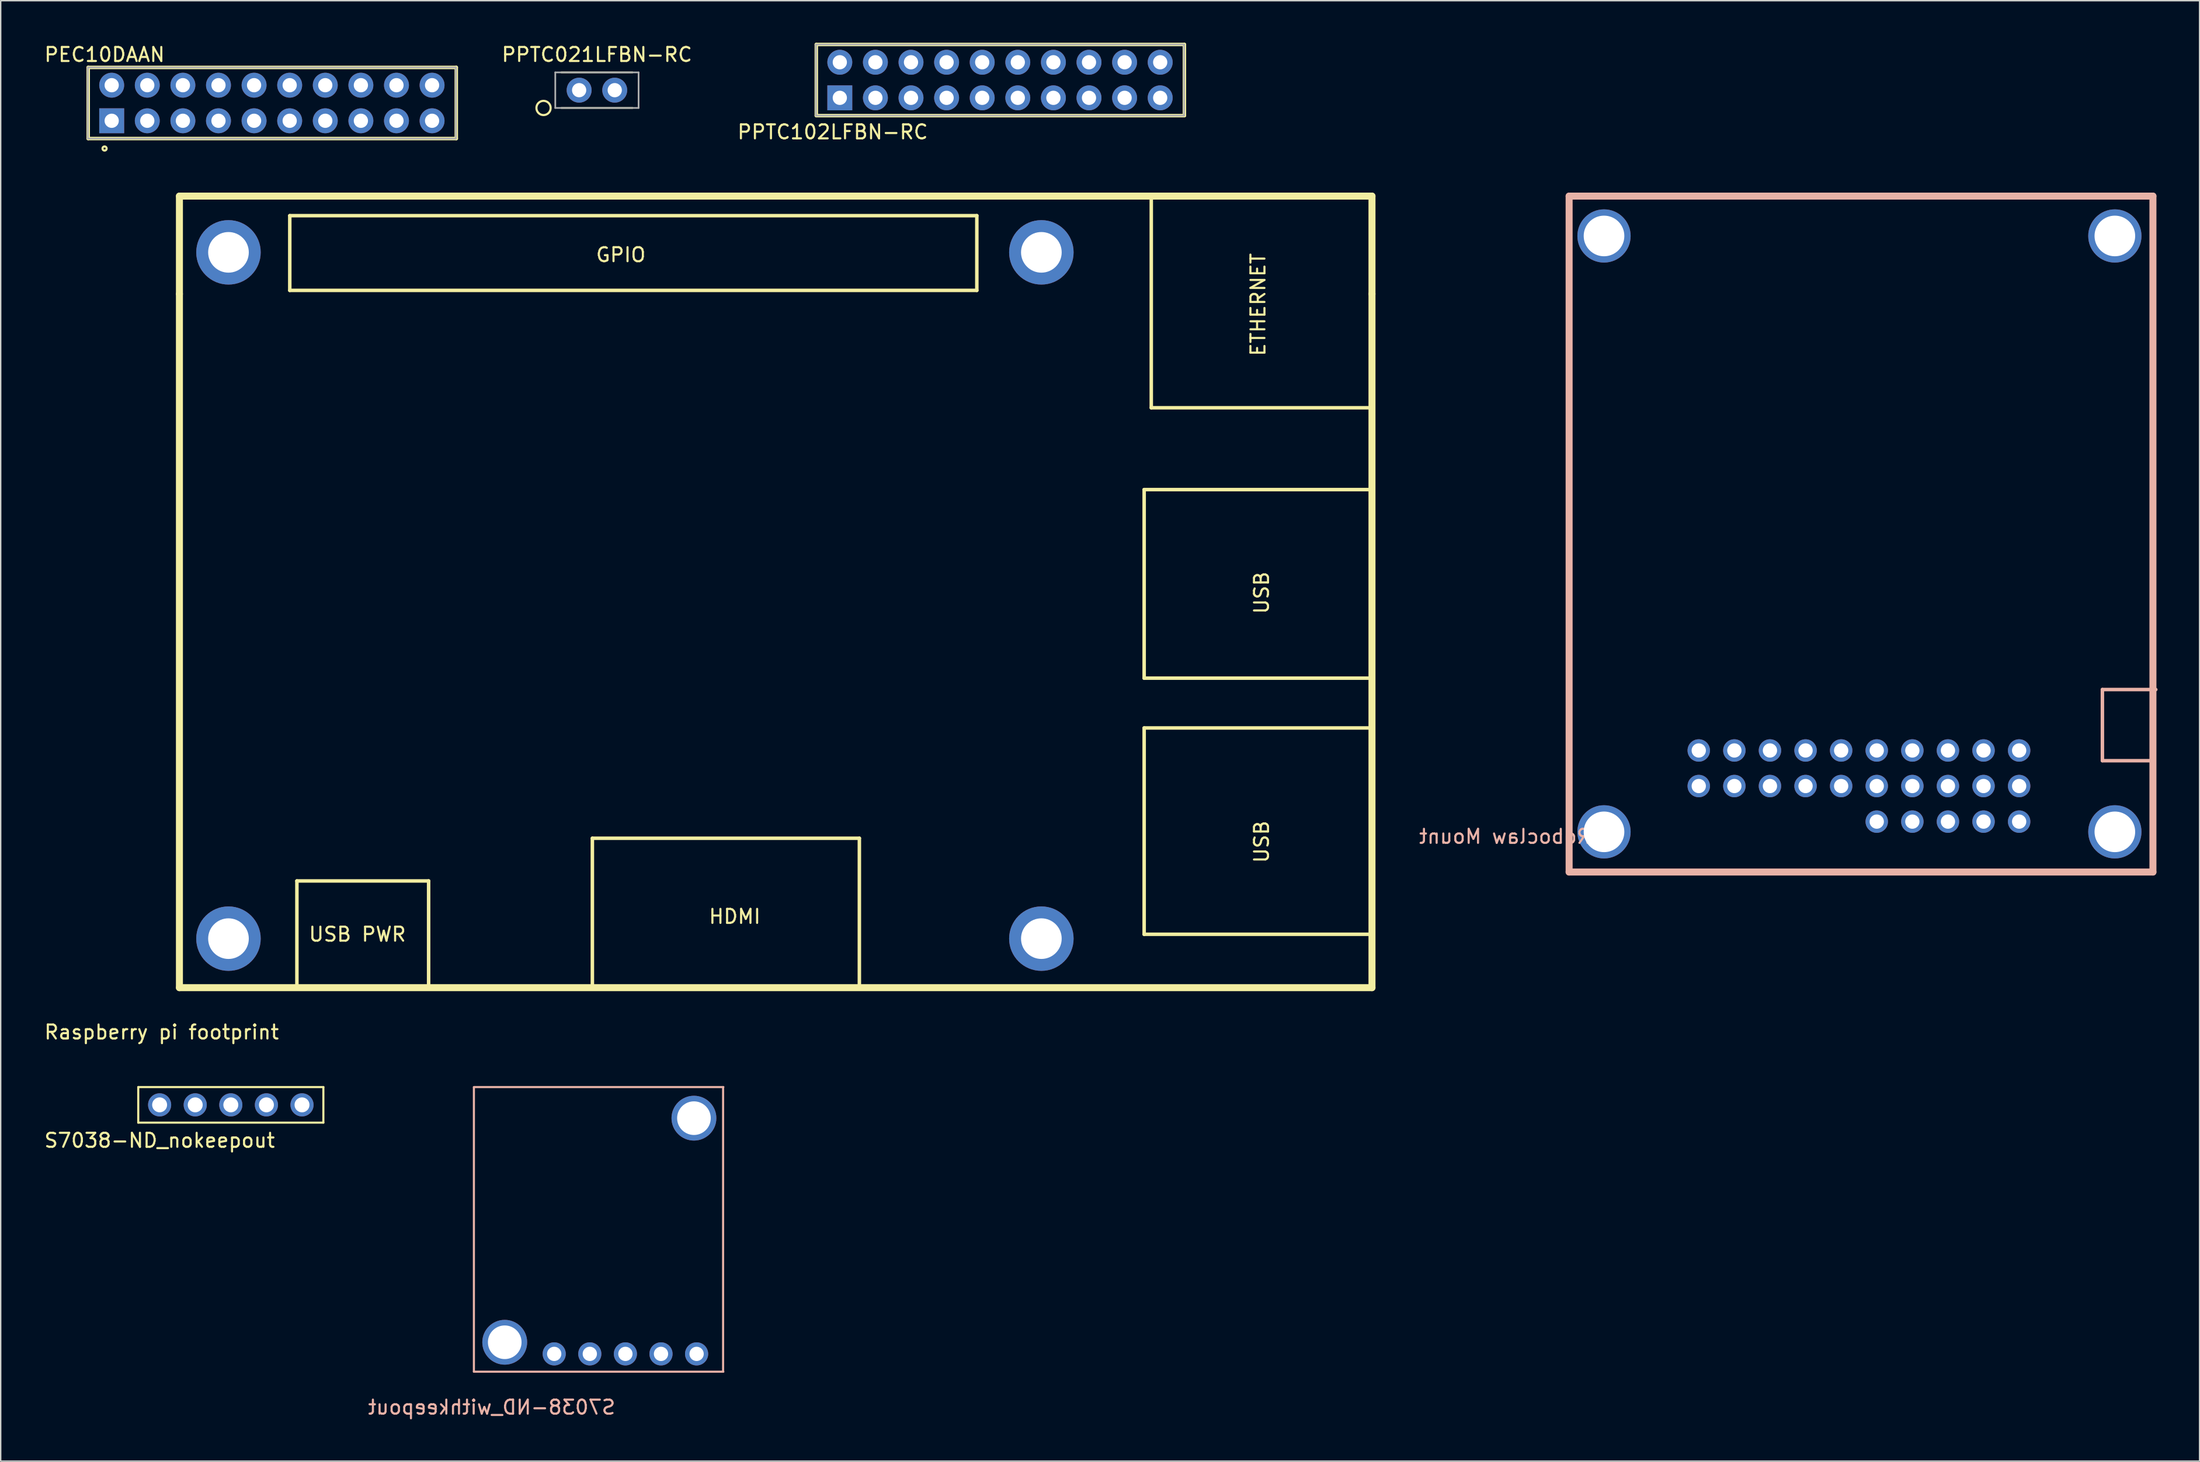
<source format=kicad_pcb>
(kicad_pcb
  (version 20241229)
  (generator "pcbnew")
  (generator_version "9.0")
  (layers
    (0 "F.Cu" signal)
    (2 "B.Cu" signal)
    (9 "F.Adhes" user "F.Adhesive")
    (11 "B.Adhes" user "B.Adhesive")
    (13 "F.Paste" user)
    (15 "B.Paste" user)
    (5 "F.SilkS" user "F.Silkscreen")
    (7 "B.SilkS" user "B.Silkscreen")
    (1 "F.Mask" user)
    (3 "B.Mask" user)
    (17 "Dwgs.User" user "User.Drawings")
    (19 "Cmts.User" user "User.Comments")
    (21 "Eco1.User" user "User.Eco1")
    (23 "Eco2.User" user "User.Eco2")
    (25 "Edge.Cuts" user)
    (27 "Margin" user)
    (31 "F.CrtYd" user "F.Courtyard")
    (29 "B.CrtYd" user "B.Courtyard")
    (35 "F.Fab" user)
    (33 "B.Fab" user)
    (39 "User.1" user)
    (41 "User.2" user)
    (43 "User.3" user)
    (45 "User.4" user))
  (footprint "PPTC021LFBN-RC"
    (layer "F.Cu")
    (at 38.272 3.388)
    (property "Reference" "PPTC021LFBN-RC" (at 1.27 -2.54 0) (layer "F.SilkS") (effects (font (size 1 1) (thickness 0.15))))
    (attr through_hole)
    (fp_line (start 3.81 -1.27) (end -1.27 -1.27) (stroke (width 0.12) (type solid)) (layer "F.SilkS"))
    (fp_line (start 3.81 1.27) (end -1.27 1.27) (stroke (width 0.12) (type solid)) (layer "F.SilkS"))
    (fp_circle (center -2.54 1.27) (end -2.032 1.27) (stroke (width 0.152) (type solid)) (fill no) (layer "F.SilkS"))
    (fp_line (start -1.702 -1.27) (end -1.702 1.27) (stroke (width 0.12) (type solid)) (layer "F.Fab"))
    (fp_line (start -1.702 -1.27) (end 4.242 -1.27) (stroke (width 0.12) (type solid)) (layer "F.Fab"))
    (fp_line (start -1.702 1.27) (end 4.242 1.27) (stroke (width 0.12) (type solid)) (layer "F.Fab"))
    (fp_line (start 4.242 -1.27) (end 4.242 1.27) (stroke (width 0.12) (type solid)) (layer "F.Fab"))
    (pad "1" thru_hole circle (at 0 0) (size 1.778 1.778) (drill 1.016) (layers "*.Cu" "*.Mask"))
    (pad "2" thru_hole circle (at 2.54 0) (size 1.778 1.778) (drill 1.016) (layers "*.Cu" "*.Mask")))
  (footprint "Raspberry pi footprint"
    (layer "F.Cu")
    (at 9.752 67.467)
    (property "Reference" "Raspberry pi footprint" (at -1.27 3.175 0) (layer "F.SilkS") (effects (font (size 1 1) (thickness 0.15))))
    (attr through_hole)
    (fp_line (start 0 -56.515) (end 0 -49.53) (stroke (width 0.5) (type solid)) (layer "F.SilkS"))
    (fp_line (start 0 -56.515) (end 85.09 -56.515) (stroke (width 0.5) (type solid)) (layer "F.SilkS"))
    (fp_line (start 0 0) (end 0 -49.53) (stroke (width 0.5) (type solid)) (layer "F.SilkS"))
    (fp_line (start 7.874 -55.118) (end 7.874 -49.784) (stroke (width 0.25) (type solid)) (layer "F.SilkS"))
    (fp_line (start 7.874 -49.784) (end 56.896 -49.784) (stroke (width 0.25) (type solid)) (layer "F.SilkS"))
    (fp_line (start 8.382 -7.62) (end 17.78 -7.62) (stroke (width 0.25) (type solid)) (layer "F.SilkS"))
    (fp_line (start 8.382 0) (end 8.382 -7.62) (stroke (width 0.25) (type solid)) (layer "F.SilkS"))
    (fp_line (start 17.78 -7.62) (end 17.78 0) (stroke (width 0.25) (type solid)) (layer "F.SilkS"))
    (fp_line (start 29.464 -10.668) (end 48.514 -10.668) (stroke (width 0.25) (type solid)) (layer "F.SilkS"))
    (fp_line (start 29.464 0) (end 29.464 -10.668) (stroke (width 0.25) (type solid)) (layer "F.SilkS"))
    (fp_line (start 48.514 -10.668) (end 48.514 0) (stroke (width 0.25) (type solid)) (layer "F.SilkS"))
    (fp_line (start 56.896 -55.118) (end 7.874 -55.118) (stroke (width 0.25) (type solid)) (layer "F.SilkS"))
    (fp_line (start 56.896 -49.784) (end 56.896 -55.118) (stroke (width 0.25) (type solid)) (layer "F.SilkS"))
    (fp_line (start 68.834 -35.56) (end 68.834 -22.098) (stroke (width 0.25) (type solid)) (layer "F.SilkS"))
    (fp_line (start 68.834 -22.098) (end 85.09 -22.098) (stroke (width 0.25) (type solid)) (layer "F.SilkS"))
    (fp_line (start 68.834 -18.542) (end 68.834 -3.81) (stroke (width 0.25) (type solid)) (layer "F.SilkS"))
    (fp_line (start 68.834 -3.81) (end 85.09 -3.81) (stroke (width 0.25) (type solid)) (layer "F.SilkS"))
    (fp_line (start 69.342 -56.388) (end 69.342 -41.402) (stroke (width 0.25) (type solid)) (layer "F.SilkS"))
    (fp_line (start 69.342 -41.402) (end 85.09 -41.402) (stroke (width 0.25) (type solid)) (layer "F.SilkS"))
    (fp_line (start 85.09 -56.515) (end 85.09 -49.53) (stroke (width 0.5) (type solid)) (layer "F.SilkS"))
    (fp_line (start 85.09 -49.53) (end 85.09 0) (stroke (width 0.5) (type solid)) (layer "F.SilkS"))
    (fp_line (start 85.09 -35.56) (end 68.834 -35.56) (stroke (width 0.25) (type solid)) (layer "F.SilkS"))
    (fp_line (start 85.09 -18.542) (end 68.834 -18.542) (stroke (width 0.25) (type solid)) (layer "F.SilkS"))
    (fp_line (start 85.09 0) (end 0 0) (stroke (width 0.5) (type solid)) (layer "F.SilkS"))
    (fp_text user "USB" (at 77.216 -28.194 90) (layer "F.SilkS") (effects (font (size 1 1) (thickness 0.15))))
    (fp_text user "USB" (at 77.216 -10.414 90) (layer "F.SilkS") (effects (font (size 1 1) (thickness 0.15))))
    (fp_text user "GPIO" (at 31.496 -52.324 0) (layer "F.SilkS") (effects (font (size 1 1) (thickness 0.15))))
    (fp_text user "HDMI" (at 39.624 -5.08 0) (layer "F.SilkS") (effects (font (size 1 1) (thickness 0.15))))
    (fp_text user "USB PWR" (at 12.7 -3.81 0) (layer "F.SilkS") (effects (font (size 1 1) (thickness 0.15))))
    (fp_text user "ETHERNET" (at 76.962 -48.768 90) (layer "F.SilkS") (effects (font (size 1 1) (thickness 0.15))))
    (pad "" np_thru_hole circle (at 3.5 -52.5) (size 4.6 4.6) (drill 2.9) (layers "*.Cu" "*.Mask"))
    (pad "" np_thru_hole circle (at 3.5 -3.5) (size 4.6 4.6) (drill 2.9) (layers "*.Cu" "*.Mask"))
    (pad "" np_thru_hole circle (at 61.5 -52.5) (size 4.6 4.6) (drill 2.9) (layers "*.Cu" "*.Mask"))
    (pad "" np_thru_hole circle (at 61.5 -3.5) (size 4.6 4.6) (drill 2.9) (layers "*.Cu" "*.Mask")))
  (footprint "S7038-ND_nokeepout"
    (layer "F.Cu")
    (at 8.339 75.835)
    (property "Reference" "S7038-ND_nokeepout" (at 0 2.54 0) (layer "F.SilkS") (effects (font (size 1 1) (thickness 0.15))))
    (attr through_hole)
    (fp_line (start -1.524 -1.27) (end -1.524 1.27) (stroke (width 0.15) (type solid)) (layer "F.SilkS"))
    (fp_line (start -1.524 -1.27) (end 11.684 -1.27) (stroke (width 0.15) (type solid)) (layer "F.SilkS"))
    (fp_line (start -1.524 1.27) (end 11.684 1.27) (stroke (width 0.15) (type solid)) (layer "F.SilkS"))
    (fp_line (start 11.684 1.27) (end 11.684 -1.27) (stroke (width 0.15) (type solid)) (layer "F.SilkS"))
    (pad "1" thru_hole circle (at 0 0) (size 1.65 1.65) (drill 1.067) (layers "*.Cu" "*.Mask"))
    (pad "2" thru_hole circle (at 2.54 0 90) (size 1.65 1.65) (drill 1.067) (layers "*.Cu" "*.Mask"))
    (pad "3" thru_hole circle (at 5.08 0) (size 1.65 1.65) (drill 1.067) (layers "*.Cu" "*.Mask"))
    (pad "4" thru_hole circle (at 7.62 0) (size 1.65 1.65) (drill 1.067) (layers "*.Cu" "*.Mask"))
    (pad "5" thru_hole circle (at 10.16 0) (size 1.65 1.65) (drill 1.067) (layers "*.Cu" "*.Mask")))
  (footprint "PEC10DAAN"
    (layer "F.Cu")
    (at 4.919 5.573)
    (property "Reference" "PEC10DAAN" (at -0.508 -4.724 0) (layer "F.SilkS") (effects (font (size 1 1) (thickness 0.15))))
    (attr through_hole)
    (fp_line (start -1.676 -3.81) (end -1.676 1.27) (stroke (width 0.25) (type solid)) (layer "F.SilkS"))
    (fp_line (start -1.676 1.27) (end 24.587 1.27) (stroke (width 0.25) (type solid)) (layer "F.SilkS"))
    (fp_line (start 24.587 -3.81) (end -1.676 -3.81) (stroke (width 0.25) (type solid)) (layer "F.SilkS"))
    (fp_line (start 24.587 1.27) (end 24.587 -3.81) (stroke (width 0.25) (type solid)) (layer "F.SilkS"))
    (fp_circle (center -0.508 1.981) (end -0.457 2.032) (stroke (width 0.152) (type solid)) (fill no) (layer "F.SilkS"))
    (fp_line (start -1.702 -3.81) (end -1.702 1.27) (stroke (width 0.12) (type solid)) (layer "F.Fab"))
    (fp_line (start -1.702 -3.81) (end 24.562 -3.81) (stroke (width 0.12) (type solid)) (layer "F.Fab"))
    (fp_line (start -1.702 1.27) (end 24.562 1.27) (stroke (width 0.12) (type solid)) (layer "F.Fab"))
    (fp_line (start 24.562 -3.81) (end 24.562 1.27) (stroke (width 0.12) (type solid)) (layer "F.Fab"))
    (pad "1" thru_hole rect (at 0 0) (size 1.778 1.778) (drill 1.016) (layers "*.Cu" "*.Mask"))
    (pad "2" thru_hole circle (at 0 -2.54) (size 1.778 1.778) (drill 1.016) (layers "*.Cu" "*.Mask"))
    (pad "3" thru_hole circle (at 2.54 0) (size 1.778 1.778) (drill 1.016) (layers "*.Cu" "*.Mask"))
    (pad "4" thru_hole circle (at 2.54 -2.54) (size 1.778 1.778) (drill 1.016) (layers "*.Cu" "*.Mask"))
    (pad "5" thru_hole circle (at 5.08 0) (size 1.778 1.778) (drill 1.016) (layers "*.Cu" "*.Mask"))
    (pad "6" thru_hole circle (at 5.08 -2.54) (size 1.778 1.778) (drill 1.016) (layers "*.Cu" "*.Mask"))
    (pad "7" thru_hole circle (at 7.62 0) (size 1.778 1.778) (drill 1.016) (layers "*.Cu" "*.Mask"))
    (pad "8" thru_hole circle (at 7.62 -2.54) (size 1.778 1.778) (drill 1.016) (layers "*.Cu" "*.Mask"))
    (pad "9" thru_hole circle (at 10.16 0) (size 1.778 1.778) (drill 1.016) (layers "*.Cu" "*.Mask"))
    (pad "10" thru_hole circle (at 10.16 -2.54) (size 1.778 1.778) (drill 1.016) (layers "*.Cu" "*.Mask"))
    (pad "11" thru_hole circle (at 12.7 0) (size 1.778 1.778) (drill 1.016) (layers "*.Cu" "*.Mask"))
    (pad "12" thru_hole circle (at 12.7 -2.54) (size 1.778 1.778) (drill 1.016) (layers "*.Cu" "*.Mask"))
    (pad "13" thru_hole circle (at 15.24 0) (size 1.778 1.778) (drill 1.016) (layers "*.Cu" "*.Mask"))
    (pad "14" thru_hole circle (at 15.24 -2.54) (size 1.778 1.778) (drill 1.016) (layers "*.Cu" "*.Mask"))
    (pad "15" thru_hole circle (at 17.78 0) (size 1.778 1.778) (drill 1.016) (layers "*.Cu" "*.Mask"))
    (pad "16" thru_hole circle (at 17.78 -2.54) (size 1.778 1.778) (drill 1.016) (layers "*.Cu" "*.Mask"))
    (pad "17" thru_hole circle (at 20.32 0) (size 1.778 1.778) (drill 1.016) (layers "*.Cu" "*.Mask"))
    (pad "18" thru_hole circle (at 20.32 -2.54) (size 1.778 1.778) (drill 1.016) (layers "*.Cu" "*.Mask"))
    (pad "19" thru_hole circle (at 22.86 0) (size 1.778 1.778) (drill 1.016) (layers "*.Cu" "*.Mask"))
    (pad "20" thru_hole circle (at 22.86 -2.54) (size 1.778 1.778) (drill 1.016) (layers "*.Cu" "*.Mask")))
  (footprint "PPTC102LFBN-RC"
    (layer "F.Cu")
    (at 56.871 3.935)
    (property "Reference" "PPTC102LFBN-RC" (at -0.508 2.438 0) (layer "F.SilkS") (effects (font (size 1 1) (thickness 0.15))))
    (attr through_hole)
    (fp_line (start -1.676 -3.81) (end -1.676 1.27) (stroke (width 0.25) (type solid)) (layer "F.SilkS"))
    (fp_line (start -1.676 1.27) (end 24.587 1.27) (stroke (width 0.25) (type solid)) (layer "F.SilkS"))
    (fp_line (start 24.587 -3.81) (end -1.676 -3.81) (stroke (width 0.25) (type solid)) (layer "F.SilkS"))
    (fp_line (start 24.587 1.27) (end 24.587 -3.81) (stroke (width 0.25) (type solid)) (layer "F.SilkS"))
    (fp_line (start -1.702 -3.81) (end -1.702 1.27) (stroke (width 0.12) (type solid)) (layer "F.Fab"))
    (fp_line (start -1.702 -3.81) (end 24.562 -3.81) (stroke (width 0.12) (type solid)) (layer "F.Fab"))
    (fp_line (start -1.702 1.27) (end 24.562 1.27) (stroke (width 0.12) (type solid)) (layer "F.Fab"))
    (fp_line (start 24.562 -3.81) (end 24.562 1.27) (stroke (width 0.12) (type solid)) (layer "F.Fab"))
    (pad "1" thru_hole rect (at 0 0) (size 1.778 1.778) (drill 1.016) (layers "*.Cu" "*.Mask"))
    (pad "2" thru_hole circle (at 0 -2.54) (size 1.778 1.778) (drill 1.016) (layers "*.Cu" "*.Mask"))
    (pad "3" thru_hole circle (at 2.54 0) (size 1.778 1.778) (drill 1.016) (layers "*.Cu" "*.Mask"))
    (pad "4" thru_hole circle (at 2.54 -2.54) (size 1.778 1.778) (drill 1.016) (layers "*.Cu" "*.Mask"))
    (pad "5" thru_hole circle (at 5.08 0) (size 1.778 1.778) (drill 1.016) (layers "*.Cu" "*.Mask"))
    (pad "6" thru_hole circle (at 5.08 -2.54) (size 1.778 1.778) (drill 1.016) (layers "*.Cu" "*.Mask"))
    (pad "7" thru_hole circle (at 7.62 0) (size 1.778 1.778) (drill 1.016) (layers "*.Cu" "*.Mask"))
    (pad "8" thru_hole circle (at 7.62 -2.54) (size 1.778 1.778) (drill 1.016) (layers "*.Cu" "*.Mask"))
    (pad "9" thru_hole circle (at 10.16 0) (size 1.778 1.778) (drill 1.016) (layers "*.Cu" "*.Mask"))
    (pad "10" thru_hole circle (at 10.16 -2.54) (size 1.778 1.778) (drill 1.016) (layers "*.Cu" "*.Mask"))
    (pad "11" thru_hole circle (at 12.7 0) (size 1.778 1.778) (drill 1.016) (layers "*.Cu" "*.Mask"))
    (pad "12" thru_hole circle (at 12.7 -2.54) (size 1.778 1.778) (drill 1.016) (layers "*.Cu" "*.Mask"))
    (pad "13" thru_hole circle (at 15.24 0) (size 1.778 1.778) (drill 1.016) (layers "*.Cu" "*.Mask"))
    (pad "14" thru_hole circle (at 15.24 -2.54) (size 1.778 1.778) (drill 1.016) (layers "*.Cu" "*.Mask"))
    (pad "15" thru_hole circle (at 17.78 0) (size 1.778 1.778) (drill 1.016) (layers "*.Cu" "*.Mask"))
    (pad "16" thru_hole circle (at 17.78 -2.54) (size 1.778 1.778) (drill 1.016) (layers "*.Cu" "*.Mask"))
    (pad "17" thru_hole circle (at 20.32 0) (size 1.778 1.778) (drill 1.016) (layers "*.Cu" "*.Mask"))
    (pad "18" thru_hole circle (at 20.32 -2.54) (size 1.778 1.778) (drill 1.016) (layers "*.Cu" "*.Mask"))
    (pad "19" thru_hole circle (at 22.86 0) (size 1.778 1.778) (drill 1.016) (layers "*.Cu" "*.Mask"))
    (pad "20" thru_hole circle (at 22.86 -2.54) (size 1.778 1.778) (drill 1.016) (layers "*.Cu" "*.Mask")))
  (footprint "Roboclaw Mount"
    (layer "F.Cu")
    (at 111.398 56.342)
    (property "Reference" "Roboclaw Mount" (at -7.062 0.33 0) (layer "B.SilkS") (effects (font (size 1 1) (thickness 0.15)) (justify mirror)))
    (attr through_hole)
    (fp_line (start -2.49 -45.39) (end -2.49 2.87) (stroke (width 0.5) (type solid)) (layer "B.SilkS"))
    (fp_line (start -2.49 2.87) (end 39.166 2.87) (stroke (width 0.5) (type solid)) (layer "B.SilkS"))
    (fp_line (start 35.56 -10.16) (end 39.37 -10.16) (stroke (width 0.25) (type solid)) (layer "B.SilkS"))
    (fp_line (start 35.56 -5.08) (end 35.56 -10.16) (stroke (width 0.25) (type solid)) (layer "B.SilkS"))
    (fp_line (start 39.116 -5.08) (end 35.56 -5.08) (stroke (width 0.25) (type solid)) (layer "B.SilkS"))
    (fp_line (start 39.166 -45.39) (end -2.49 -45.39) (stroke (width 0.5) (type solid)) (layer "B.SilkS"))
    (fp_line (start 39.166 2.87) (end 39.166 -45.39) (stroke (width 0.5) (type solid)) (layer "B.SilkS"))
    (pad "" np_thru_hole circle (at 0 -42.545) (size 3.8 3.8) (drill 2.9) (layers "*.Cu" "*.Mask"))
    (pad "" np_thru_hole circle (at 0 0) (size 3.8 3.8) (drill 2.9) (layers "*.Cu" "*.Mask"))
    (pad "" np_thru_hole circle (at 36.449 -42.545) (size 3.8 3.8) (drill 2.9) (layers "*.Cu" "*.Mask"))
    (pad "" np_thru_hole circle (at 36.449 0) (size 3.8 3.8) (drill 2.9) (layers "*.Cu" "*.Mask"))
    (pad "1" thru_hole circle (at 6.76 -3.27) (size 1.6 1.6) (drill 1.02) (layers "*.Cu" "*.Mask"))
    (pad "2" thru_hole circle (at 6.76 -5.81) (size 1.6 1.6) (drill 1.02) (layers "*.Cu" "*.Mask"))
    (pad "3" thru_hole circle (at 9.3 -3.27) (size 1.6 1.6) (drill 1.02) (layers "*.Cu" "*.Mask"))
    (pad "4" thru_hole circle (at 9.3 -5.81) (size 1.6 1.6) (drill 1.02) (layers "*.Cu" "*.Mask"))
    (pad "5" thru_hole circle (at 11.84 -3.27) (size 1.6 1.6) (drill 1.02) (layers "*.Cu" "*.Mask"))
    (pad "6" thru_hole circle (at 11.84 -5.81) (size 1.6 1.6) (drill 1.02) (layers "*.Cu" "*.Mask"))
    (pad "7" thru_hole circle (at 14.38 -3.27) (size 1.6 1.6) (drill 1.02) (layers "*.Cu" "*.Mask"))
    (pad "8" thru_hole circle (at 14.38 -5.81) (size 1.6 1.6) (drill 1.02) (layers "*.Cu" "*.Mask"))
    (pad "9" thru_hole circle (at 16.92 -3.27) (size 1.6 1.6) (drill 1.02) (layers "*.Cu" "*.Mask"))
    (pad "10" thru_hole circle (at 16.92 -5.81) (size 1.6 1.6) (drill 1.02) (layers "*.Cu" "*.Mask"))
    (pad "11" thru_hole circle (at 19.46 -3.27) (size 1.6 1.6) (drill 1.02) (layers "*.Cu" "*.Mask"))
    (pad "12" thru_hole circle (at 19.46 -5.81) (size 1.6 1.6) (drill 1.02) (layers "*.Cu" "*.Mask"))
    (pad "13" thru_hole circle (at 22 -3.27) (size 1.6 1.6) (drill 1.02) (layers "*.Cu" "*.Mask"))
    (pad "14" thru_hole circle (at 22 -5.81) (size 1.6 1.6) (drill 1.02) (layers "*.Cu" "*.Mask"))
    (pad "15" thru_hole circle (at 24.54 -3.27) (size 1.6 1.6) (drill 1.02) (layers "*.Cu" "*.Mask"))
    (pad "16" thru_hole circle (at 24.54 -5.81) (size 1.6 1.6) (drill 1.02) (layers "*.Cu" "*.Mask"))
    (pad "17" thru_hole circle (at 27.08 -3.27) (size 1.6 1.6) (drill 1.02) (layers "*.Cu" "*.Mask"))
    (pad "18" thru_hole circle (at 27.08 -5.81) (size 1.6 1.6) (drill 1.02) (layers "*.Cu" "*.Mask"))
    (pad "19" thru_hole circle (at 29.62 -3.27) (size 1.6 1.6) (drill 1.02) (layers "*.Cu" "*.Mask"))
    (pad "20" thru_hole circle (at 29.62 -5.81) (size 1.6 1.6) (drill 1.02) (layers "*.Cu" "*.Mask"))
    (pad "21" thru_hole circle (at 19.46 -0.73) (size 1.6 1.6) (drill 1.02) (layers "*.Cu" "*.Mask"))
    (pad "22" thru_hole circle (at 22 -0.73) (size 1.6 1.6) (drill 1.02) (layers "*.Cu" "*.Mask"))
    (pad "23" thru_hole circle (at 24.54 -0.73) (size 1.6 1.6) (drill 1.02) (layers "*.Cu" "*.Mask"))
    (pad "24" thru_hole circle (at 27.08 -0.73) (size 1.6 1.6) (drill 1.02) (layers "*.Cu" "*.Mask"))
    (pad "25" thru_hole circle (at 29.62 -0.73) (size 1.6 1.6) (drill 1.02) (layers "*.Cu" "*.Mask")))
  (footprint "S7038-ND_withkeepout"
    (layer "F.Cu")
    (at 30.763 94.885)
    (property "Reference" "S7038-ND_withkeepout" (at 1.27 2.54 0) (layer "B.SilkS") (effects (font (size 1 1) (thickness 0.15)) (justify mirror)))
    (attr through_hole)
    (fp_line (start 0 -20.32) (end 17.8 -20.32) (stroke (width 0.15) (type solid)) (layer "B.SilkS"))
    (fp_line (start 0 0) (end 0 -20.3) (stroke (width 0.15) (type solid)) (layer "B.SilkS"))
    (fp_line (start 0 0) (end 17.8 0) (stroke (width 0.15) (type solid)) (layer "B.SilkS"))
    (fp_line (start 17.78 0) (end 17.78 -20.32) (stroke (width 0.15) (type solid)) (layer "B.SilkS"))
    (pad "" np_thru_hole circle (at 2.2 -2.1) (size 3.2 3.2) (drill 2.4) (layers "*.Cu" "*.Mask"))
    (pad "" np_thru_hole circle (at 15.7 -18.1) (size 3.2 3.2) (drill 2.4) (layers "*.Cu" "*.Mask"))
    (pad "1" thru_hole circle (at 5.73 -1.27) (size 1.65 1.65) (drill 1.02) (layers "*.Cu" "*.Mask"))
    (pad "2" thru_hole circle (at 8.27 -1.27) (size 1.65 1.65) (drill 1.02) (layers "*.Cu" "*.Mask"))
    (pad "3" thru_hole circle (at 10.81 -1.27) (size 1.65 1.65) (drill 1.02) (layers "*.Cu" "*.Mask"))
    (pad "4" thru_hole circle (at 13.35 -1.27) (size 1.65 1.65) (drill 1.02) (layers "*.Cu" "*.Mask"))
    (pad "5" thru_hole circle (at 15.89 -1.27) (size 1.65 1.65) (drill 1.02) (layers "*.Cu" "*.Mask")))
  (gr_rect
    (start -3 -3)
    (end 153.893 101.273)
    (stroke (width 0.1) (type default))
    (fill no)
    (layer "Edge.Cuts")))
</source>
